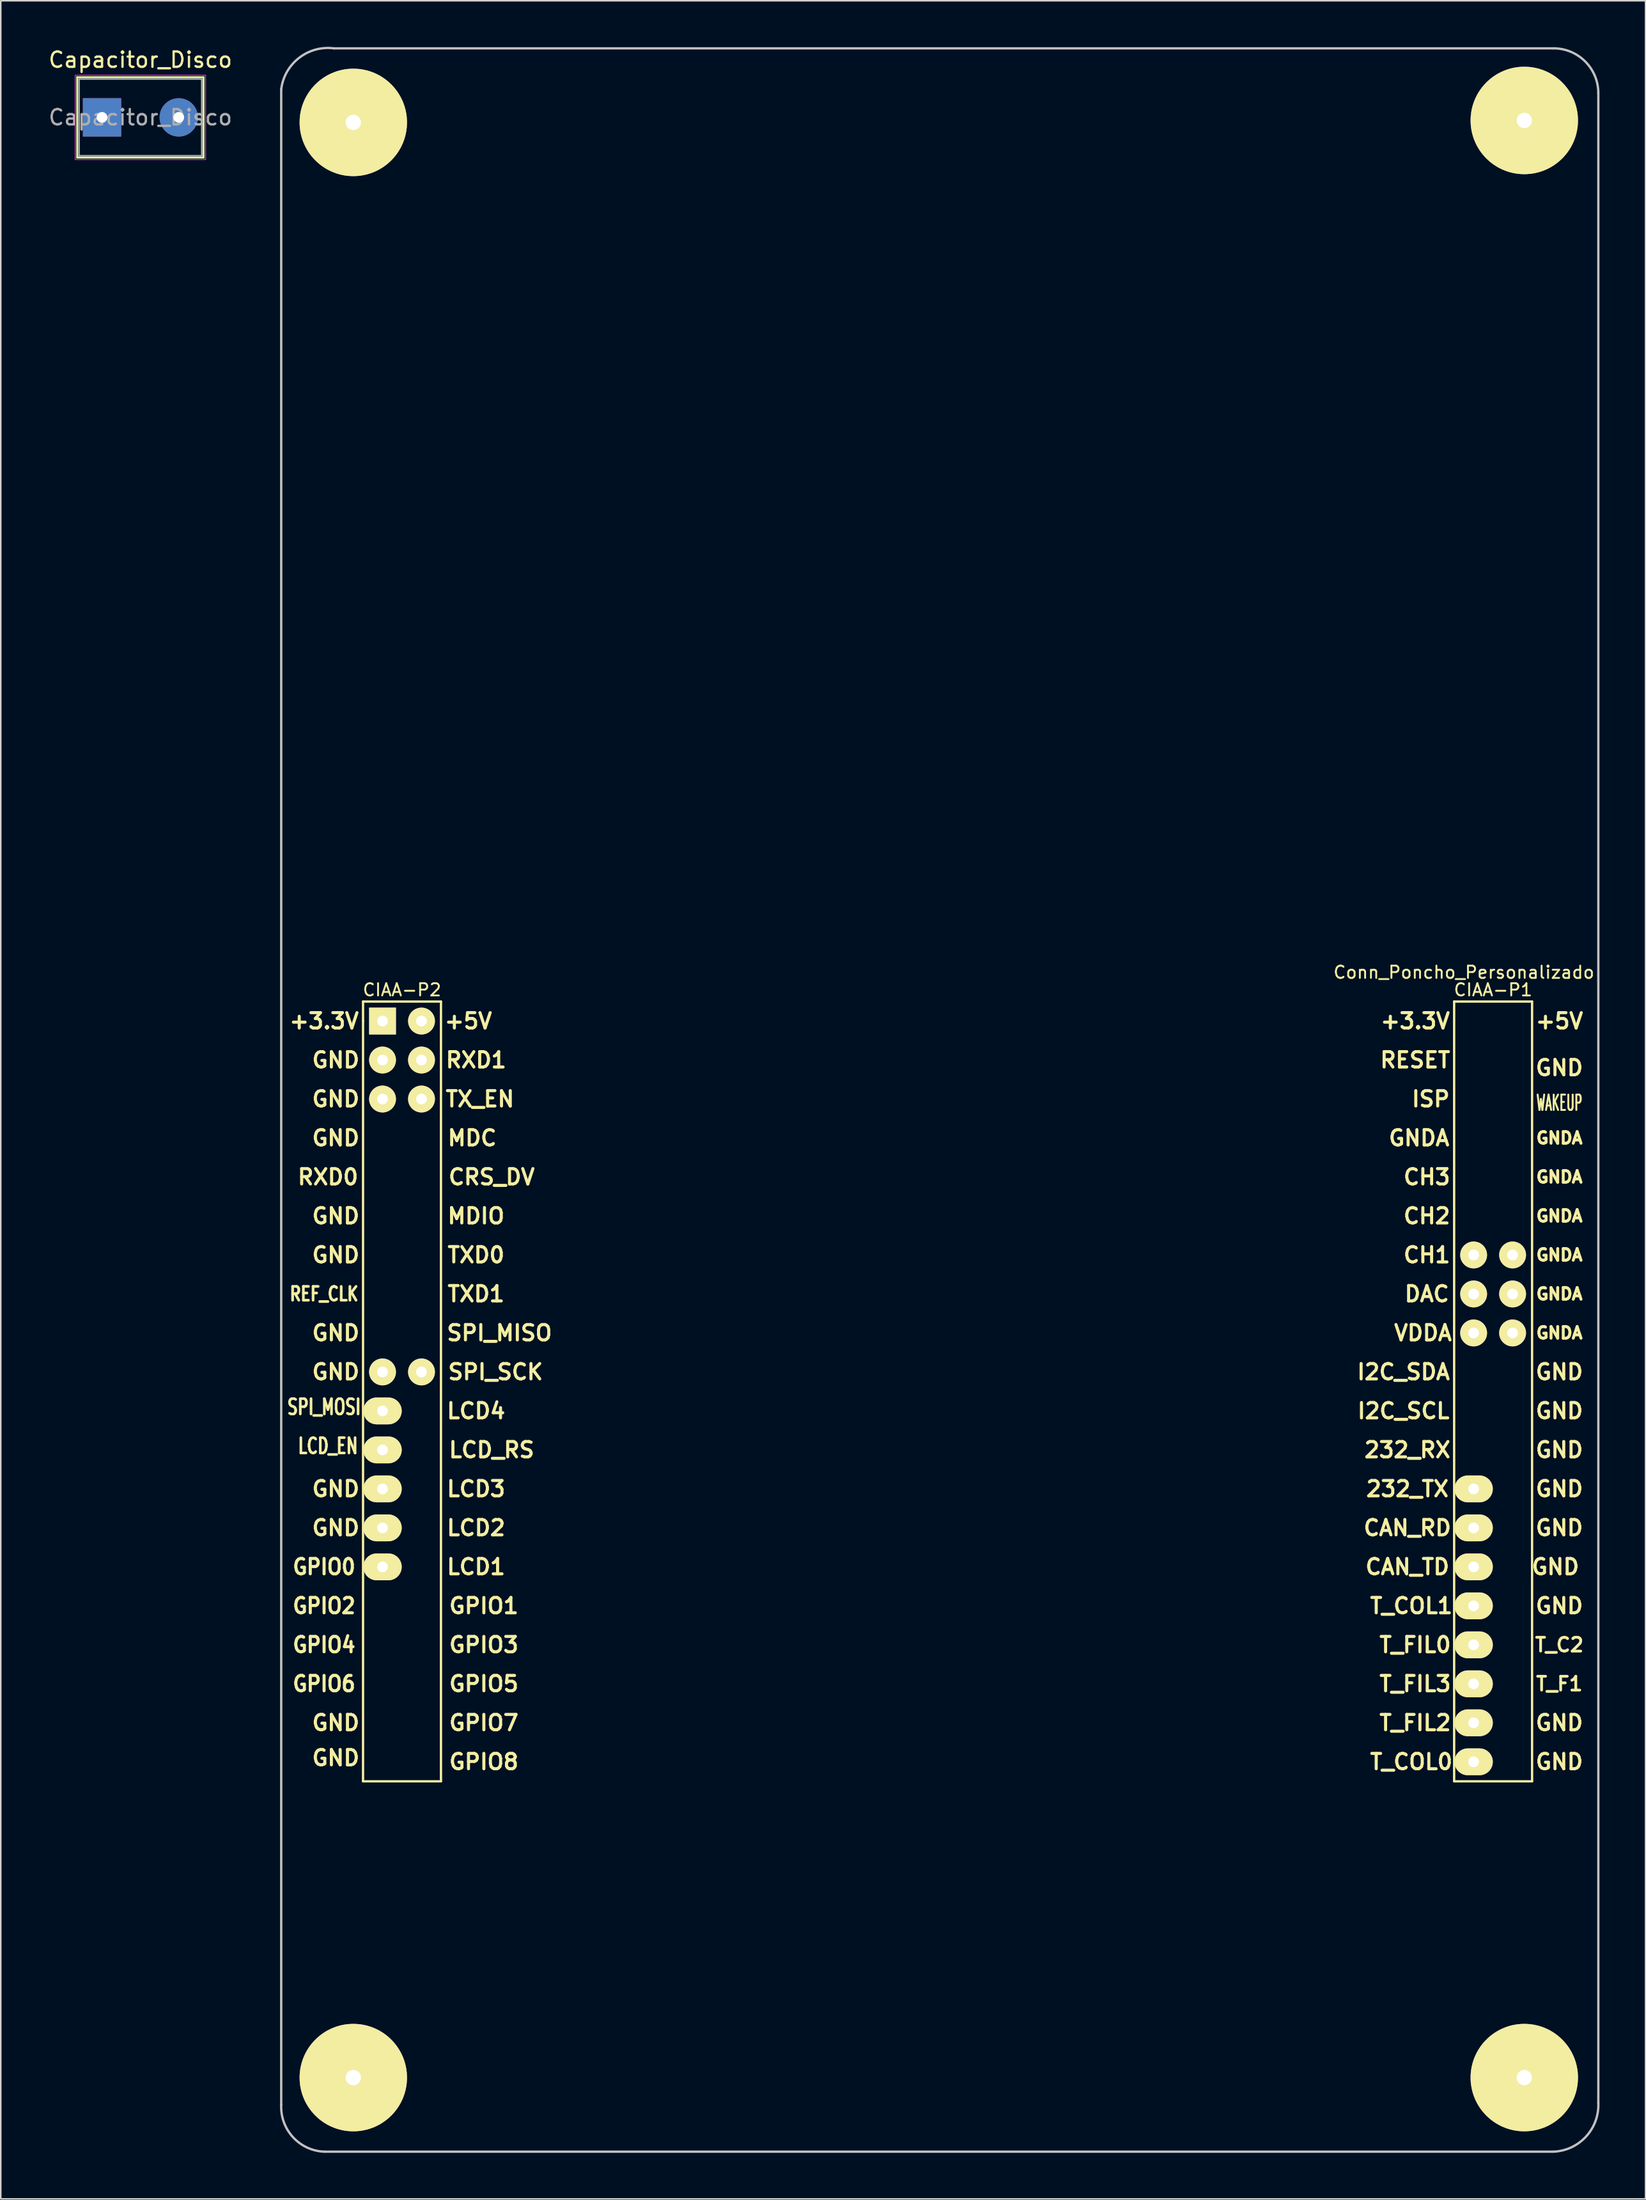
<source format=kicad_pcb>
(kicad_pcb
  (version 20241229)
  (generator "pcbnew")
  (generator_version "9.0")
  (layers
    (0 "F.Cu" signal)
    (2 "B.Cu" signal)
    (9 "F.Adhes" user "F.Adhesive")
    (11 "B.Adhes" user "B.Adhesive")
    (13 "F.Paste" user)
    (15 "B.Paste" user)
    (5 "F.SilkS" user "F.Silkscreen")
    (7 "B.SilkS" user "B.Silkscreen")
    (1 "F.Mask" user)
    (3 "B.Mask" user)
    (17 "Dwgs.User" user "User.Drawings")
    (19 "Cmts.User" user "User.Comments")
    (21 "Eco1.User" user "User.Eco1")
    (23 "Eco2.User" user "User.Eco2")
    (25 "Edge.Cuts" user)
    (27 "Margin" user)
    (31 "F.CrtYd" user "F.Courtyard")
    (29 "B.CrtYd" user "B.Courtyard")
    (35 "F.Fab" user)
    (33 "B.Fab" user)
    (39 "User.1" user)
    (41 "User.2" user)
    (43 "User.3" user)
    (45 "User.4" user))
  (footprint "Conn_Poncho_Personalizado"
    (layer "F.Cu")
    (at 93.004 63.472)
    (property "Reference" "Conn_Poncho_Personalizado" (at -0.635 -3.175 0) (layer "F.SilkS") (effects (font (size 0.8 0.8) (thickness 0.12))))
    (attr through_hole)
    (fp_line (start -72.39 -1.27) (end -67.31 -1.27) (stroke (width 0.15) (type solid)) (layer "F.SilkS"))
    (fp_line (start -72.39 0) (end -72.39 -1.27) (stroke (width 0.15) (type solid)) (layer "F.SilkS"))
    (fp_line (start -72.39 49.53) (end -72.39 0) (stroke (width 0.15) (type solid)) (layer "F.SilkS"))
    (fp_line (start -67.31 -1.27) (end -67.31 49.53) (stroke (width 0.15) (type solid)) (layer "F.SilkS"))
    (fp_line (start -67.31 49.53) (end -72.39 49.53) (stroke (width 0.15) (type solid)) (layer "F.SilkS"))
    (fp_line (start -1.27 49.53) (end -1.27 -1.27) (stroke (width 0.15) (type solid)) (layer "F.SilkS"))
    (fp_line (start 3.81 -1.27) (end -1.27 -1.27) (stroke (width 0.15) (type solid)) (layer "F.SilkS"))
    (fp_line (start 3.81 49.53) (end -1.27 49.53) (stroke (width 0.15) (type solid)) (layer "F.SilkS"))
    (fp_line (start 3.81 49.53) (end 3.81 -1.27) (stroke (width 0.15) (type solid)) (layer "F.SilkS"))
    (fp_line (start -77.724 70.612) (end -77.724 -60.706) (stroke (width 0.15) (type solid)) (layer "Dwgs.User"))
    (fp_line (start -74.295 -63.373) (end 5.207 -63.373) (stroke (width 0.15) (type solid)) (layer "Dwgs.User"))
    (fp_line (start 5.207 73.66) (end -74.93 73.66) (stroke (width 0.15) (type solid)) (layer "Dwgs.User"))
    (fp_line (start 8.128 -60.452) (end 8.128 70.485) (stroke (width 0.15) (type solid)) (layer "Dwgs.User"))
    (fp_arc (start -77.724 -60.706) (mid -76.561854 -62.749669) (end -74.295 -63.373) (stroke (width 0.15) (type solid)) (layer "Dwgs.User"))
    (fp_arc (start -74.93 73.66) (mid -76.958261 72.714656) (end -77.724 70.612) (stroke (width 0.15) (type solid)) (layer "Dwgs.User"))
    (fp_arc (start 5.207 -63.373) (mid 7.272459 -62.517459) (end 8.128 -60.452) (stroke (width 0.15) (type solid)) (layer "Dwgs.User"))
    (fp_arc (start 8.128 70.485) (mid 7.325064 72.677459) (end 5.207 73.66) (stroke (width 0.15) (type solid)) (layer "Dwgs.User"))
    (fp_text user "GND" (at -74.168 20.32 0) (layer "F.SilkS") (effects (font (size 1 1) (thickness 0.2))))
    (fp_text user "RXD1" (at -65.024 2.54 0) (layer "F.SilkS") (effects (font (size 1 1) (thickness 0.2))))
    (fp_text user "LCD_RS" (at -64.008 27.94 0) (layer "F.SilkS") (effects (font (size 1 1) (thickness 0.2))))
    (fp_text user "CIAA-P2" (at -69.85 -2.032 0) (layer "F.SilkS") (effects (font (size 0.8 0.8) (thickness 0.12))))
    (fp_text user "REF_CLK" (at -74.93 17.78 0) (layer "F.SilkS") (effects (font (size 0.9 0.7) (thickness 0.175))))
    (fp_text user "+3.3V" (at -74.93 0 0) (layer "F.SilkS") (effects (font (size 1 1) (thickness 0.2))))
    (fp_text user "GNDA" (at 5.588 20.32 0) (layer "F.SilkS") (effects (font (size 0.76 0.76) (thickness 0.19))))
    (fp_text user "232_TX" (at -4.318 30.48 0) (layer "F.SilkS") (effects (font (size 1 1) (thickness 0.2))))
    (fp_text user "VDDA" (at -3.302 20.32 0) (layer "F.SilkS") (effects (font (size 1 1) (thickness 0.2))))
    (fp_text user "MDIO" (at -65.024 12.7 0) (layer "F.SilkS") (effects (font (size 1 1) (thickness 0.2))))
    (fp_text user "GNDA" (at -3.556 7.62 0) (layer "F.SilkS") (effects (font (size 1 1) (thickness 0.2))))
    (fp_text user "GND" (at -74.168 12.7 0) (layer "F.SilkS") (effects (font (size 1 1) (thickness 0.2))))
    (fp_text user "DAC" (at -3.048 17.78 0) (layer "F.SilkS") (effects (font (size 1 1) (thickness 0.2))))
    (fp_text user "GNDA" (at 5.588 15.24 0) (layer "F.SilkS") (effects (font (size 0.76 0.76) (thickness 0.19))))
    (fp_text user "GND" (at 5.588 22.86 0) (layer "F.SilkS") (effects (font (size 1 1) (thickness 0.2))))
    (fp_text user "CH1" (at -3.048 15.24 0) (layer "F.SilkS") (effects (font (size 1 1) (thickness 0.2))))
    (fp_text user "+5V" (at 5.588 0 0) (layer "F.SilkS") (effects (font (size 1 1) (thickness 0.2))))
    (fp_text user "T_FIL0" (at -3.81 40.64 0) (layer "F.SilkS") (effects (font (size 1 1) (thickness 0.2))))
    (fp_text user "GND" (at -74.168 22.86 0) (layer "F.SilkS") (effects (font (size 1 1) (thickness 0.2))))
    (fp_text user "GPIO0" (at -74.93 35.56 0) (layer "F.SilkS") (effects (font (size 1 0.9) (thickness 0.2))))
    (fp_text user "GND" (at -74.168 48.006 0) (layer "F.SilkS") (effects (font (size 1 1) (thickness 0.2))))
    (fp_text user "GND" (at -74.168 7.62 0) (layer "F.SilkS") (effects (font (size 1 1) (thickness 0.2))))
    (fp_text user "GND" (at 5.588 30.48 0) (layer "F.SilkS") (effects (font (size 1 1) (thickness 0.2))))
    (fp_text user "T_F1" (at 5.588 43.18 0) (layer "F.SilkS") (effects (font (size 0.9 0.9) (thickness 0.18))))
    (fp_text user "GPIO7" (at -64.516 45.72 0) (layer "F.SilkS") (effects (font (size 1 1) (thickness 0.2))))
    (fp_text user "TX_EN" (at -64.77 5.08 0) (layer "F.SilkS") (effects (font (size 1 1) (thickness 0.2))))
    (fp_text user "GPIO2" (at -74.93 38.1 0) (layer "F.SilkS") (effects (font (size 1 0.9) (thickness 0.2))))
    (fp_text user "GND" (at -74.168 5.08 0) (layer "F.SilkS") (effects (font (size 1 1) (thickness 0.2))))
    (fp_text user "GND" (at -74.168 30.48 0) (layer "F.SilkS") (effects (font (size 1 1) (thickness 0.2))))
    (fp_text user "RXD0" (at -74.676 10.16 0) (layer "F.SilkS") (effects (font (size 1 1) (thickness 0.2))))
    (fp_text user "GND" (at 5.334 35.56 0) (layer "F.SilkS") (effects (font (size 1 1) (thickness 0.2))))
    (fp_text user "CAN_RD" (at -4.318 33.02 0) (layer "F.SilkS") (effects (font (size 1 1) (thickness 0.2))))
    (fp_text user "GND" (at 5.588 33.02 0) (layer "F.SilkS") (effects (font (size 1 1) (thickness 0.2))))
    (fp_text user "CRS_DV" (at -64.008 10.16 0) (layer "F.SilkS") (effects (font (size 1 1) (thickness 0.2))))
    (fp_text user "LCD2" (at -65.024 33.02 0) (layer "F.SilkS") (effects (font (size 1 1) (thickness 0.2))))
    (fp_text user "GND" (at 5.588 25.4 0) (layer "F.SilkS") (effects (font (size 1 1) (thickness 0.2))))
    (fp_text user "CAN_TD" (at -4.318 35.56 0) (layer "F.SilkS") (effects (font (size 1 1) (thickness 0.2))))
    (fp_text user "GND" (at 5.588 45.72 0) (layer "F.SilkS") (effects (font (size 1 1) (thickness 0.2))))
    (fp_text user "GNDA" (at 5.588 17.78 0) (layer "F.SilkS") (effects (font (size 0.76 0.76) (thickness 0.19))))
    (fp_text user "GPIO1" (at -64.516 38.1 0) (layer "F.SilkS") (effects (font (size 1 1) (thickness 0.2))))
    (fp_text user "WAKEUP" (at 5.588 5.334 0) (layer "F.SilkS") (effects (font (size 1 0.5) (thickness 0.125))))
    (fp_text user "ISP" (at -2.794 5.08 0) (layer "F.SilkS") (effects (font (size 1 1) (thickness 0.2))))
    (fp_text user "SPI_MOSI" (at -74.93 25.146 0) (layer "F.SilkS") (effects (font (size 1 0.7) (thickness 0.17))))
    (fp_text user "T_C2" (at 5.588 40.64 0) (layer "F.SilkS") (effects (font (size 0.9 0.9) (thickness 0.18))))
    (fp_text user "TXD1" (at -65.024 17.78 0) (layer "F.SilkS") (effects (font (size 1 1) (thickness 0.2))))
    (fp_text user "LCD1" (at -65.024 35.56 0) (layer "F.SilkS") (effects (font (size 1 1) (thickness 0.2))))
    (fp_text user "GND" (at -74.168 45.72 0) (layer "F.SilkS") (effects (font (size 1 1) (thickness 0.2))))
    (fp_text user "GND" (at 5.588 3.048 0) (layer "F.SilkS") (effects (font (size 1 1) (thickness 0.2))))
    (fp_text user "GNDA" (at 5.588 12.7 0) (layer "F.SilkS") (effects (font (size 0.76 0.76) (thickness 0.19))))
    (fp_text user "GPIO8" (at -64.516 48.26 0) (layer "F.SilkS") (effects (font (size 1 1) (thickness 0.2))))
    (fp_text user "+5V" (at -65.532 0 0) (layer "F.SilkS") (effects (font (size 1 1) (thickness 0.2))))
    (fp_text user "+3.3V" (at -3.81 0 0) (layer "F.SilkS") (effects (font (size 1 1) (thickness 0.2))))
    (fp_text user "RESET" (at -3.81 2.54 0) (layer "F.SilkS") (effects (font (size 1 1) (thickness 0.2))))
    (fp_text user "GPIO5" (at -64.516 43.18 0) (layer "F.SilkS") (effects (font (size 1 1) (thickness 0.2))))
    (fp_text user "LCD3" (at -65.024 30.48 0) (layer "F.SilkS") (effects (font (size 1 1) (thickness 0.2))))
    (fp_text user "GPIO6" (at -74.93 43.18 0) (layer "F.SilkS") (effects (font (size 1 0.9) (thickness 0.2))))
    (fp_text user "GND" (at 5.588 48.26 0) (layer "F.SilkS") (effects (font (size 1 1) (thickness 0.2))))
    (fp_text user "LCD4" (at -65.024 25.4 0) (layer "F.SilkS") (effects (font (size 1 1) (thickness 0.2))))
    (fp_text user "GNDA" (at 5.588 10.16 0) (layer "F.SilkS") (effects (font (size 0.76 0.76) (thickness 0.19))))
    (fp_text user "TXD0" (at -65.024 15.24 0) (layer "F.SilkS") (effects (font (size 1 1) (thickness 0.2))))
    (fp_text user "GND" (at 5.588 27.94 0) (layer "F.SilkS") (effects (font (size 1 1) (thickness 0.2))))
    (fp_text user "LCD_EN" (at -74.676 27.686 0) (layer "F.SilkS") (effects (font (size 1 0.7) (thickness 0.17))))
    (fp_text user "T_COL0" (at -4.064 48.26 0) (layer "F.SilkS") (effects (font (size 1 1) (thickness 0.2))))
    (fp_text user "CH2" (at -3.048 12.7 0) (layer "F.SilkS") (effects (font (size 1 1) (thickness 0.2))))
    (fp_text user "GPIO4" (at -74.93 40.64 0) (layer "F.SilkS") (effects (font (size 1 0.9) (thickness 0.2))))
    (fp_text user "GNDA" (at 5.588 7.62 0) (layer "F.SilkS") (effects (font (size 0.76 0.76) (thickness 0.19))))
    (fp_text user "SPI_SCK" (at -63.754 22.86 0) (layer "F.SilkS") (effects (font (size 1 1) (thickness 0.2))))
    (fp_text user "GND" (at 5.588 38.1 0) (layer "F.SilkS") (effects (font (size 1 1) (thickness 0.2))))
    (fp_text user "232_RX" (at -4.318 27.94 0) (layer "F.SilkS") (effects (font (size 1 1) (thickness 0.2))))
    (fp_text user "GND" (at -74.168 15.24 0) (layer "F.SilkS") (effects (font (size 1 1) (thickness 0.2))))
    (fp_text user "CIAA-P1" (at 1.27 -2.032 0) (layer "F.SilkS") (effects (font (size 0.8 0.8) (thickness 0.12))))
    (fp_text user "GND" (at -74.168 2.54 0) (layer "F.SilkS") (effects (font (size 1 1) (thickness 0.2))))
    (fp_text user "I2C_SDA" (at -4.572 22.86 0) (layer "F.SilkS") (effects (font (size 1 1) (thickness 0.2))))
    (fp_text user "I2C_SCL" (at -4.572 25.4 0) (layer "F.SilkS") (effects (font (size 1 1) (thickness 0.2))))
    (fp_text user "CH3" (at -3.048 10.16 0) (layer "F.SilkS") (effects (font (size 1 1) (thickness 0.2))))
    (fp_text user "GND" (at -74.168 33.02 0) (layer "F.SilkS") (effects (font (size 1 1) (thickness 0.2))))
    (fp_text user "MDC" (at -65.278 7.62 0) (layer "F.SilkS") (effects (font (size 1 1) (thickness 0.2))))
    (fp_text user "T_COL1" (at -4.064 38.1 0) (layer "F.SilkS") (effects (font (size 1 1) (thickness 0.2))))
    (fp_text user "SPI_MISO" (at -63.5 20.32 0) (layer "F.SilkS") (effects (font (size 1 1) (thickness 0.2))))
    (fp_text user "T_FIL3" (at -3.81 43.18 0) (layer "F.SilkS") (effects (font (size 1 1) (thickness 0.2))))
    (fp_text user "GPIO3" (at -64.516 40.64 0) (layer "F.SilkS") (effects (font (size 1 1) (thickness 0.2))))
    (fp_text user "T_FIL2" (at -3.81 45.72 0) (layer "F.SilkS") (effects (font (size 1 1) (thickness 0.2))))
    (pad "13" thru_hole circle (at 0 15.24 270) (size 1.75 1.75) (drill 0.7) (layers "*.Cu" "*.Mask" "F.SilkS"))
    (pad "14" thru_hole circle (at 2.54 15.24 270) (size 1.75 1.75) (drill 0.7) (layers "*.Cu" "*.Mask" "F.SilkS"))
    (pad "15" thru_hole circle (at 0 17.78 270) (size 1.75 1.75) (drill 0.7) (layers "*.Cu" "*.Mask" "F.SilkS"))
    (pad "16" thru_hole circle (at 2.54 17.78 270) (size 1.75 1.75) (drill 0.7) (layers "*.Cu" "*.Mask" "F.SilkS"))
    (pad "17" thru_hole circle (at 0 20.32 270) (size 1.75 1.75) (drill 0.7) (layers "*.Cu" "*.Mask" "F.SilkS"))
    (pad "18" thru_hole circle (at 2.54 20.32 270) (size 1.75 1.75) (drill 0.7) (layers "*.Cu" "*.Mask" "F.SilkS"))
    (pad "25" thru_hole oval (at 0 30.48 270) (size 1.75 2.5) (drill 0.7) (layers "*.Cu" "*.Mask" "F.SilkS"))
    (pad "27" thru_hole oval (at 0 33.02 270) (size 1.75 2.5) (drill 0.7) (layers "*.Cu" "*.Mask" "F.SilkS"))
    (pad "29" thru_hole oval (at 0 35.56 270) (size 1.75 2.5) (drill 0.7) (layers "*.Cu" "*.Mask" "F.SilkS"))
    (pad "31" thru_hole oval (at 0 38.1 270) (size 1.75 2.5) (drill 0.7) (layers "*.Cu" "*.Mask" "F.SilkS"))
    (pad "33" thru_hole oval (at 0 40.64 270) (size 1.75 2.5) (drill 0.7) (layers "*.Cu" "*.Mask" "F.SilkS"))
    (pad "35" thru_hole oval (at 0 43.18 270) (size 1.75 2.5) (drill 0.7) (layers "*.Cu" "*.Mask" "F.SilkS"))
    (pad "37" thru_hole oval (at 0 45.72 270) (size 1.75 2.5) (drill 0.7) (layers "*.Cu" "*.Mask" "F.SilkS"))
    (pad "39" thru_hole oval (at 0 48.26 270) (size 1.75 2.5) (drill 0.7) (layers "*.Cu" "*.Mask" "F.SilkS"))
    (pad "41" thru_hole rect (at -71.12 0 270) (size 1.75 1.75) (drill 0.7) (layers "*.Cu" "*.Mask" "F.SilkS"))
    (pad "42" thru_hole circle (at -68.58 0 270) (size 1.75 1.75) (drill 0.7) (layers "*.Cu" "*.Mask" "F.SilkS"))
    (pad "43" thru_hole circle (at -71.12 2.54 270) (size 1.75 1.75) (drill 0.7) (layers "*.Cu" "*.Mask" "F.SilkS"))
    (pad "44" thru_hole circle (at -68.58 2.54 270) (size 1.75 1.75) (drill 0.7) (layers "*.Cu" "*.Mask" "F.SilkS"))
    (pad "45" thru_hole circle (at -71.12 5.08 270) (size 1.75 1.75) (drill 0.7) (layers "*.Cu" "*.Mask" "F.SilkS"))
    (pad "46" thru_hole circle (at -68.58 5.08 270) (size 1.75 1.75) (drill 0.7) (layers "*.Cu" "*.Mask" "F.SilkS"))
    (pad "59" thru_hole circle (at -71.12 22.86 270) (size 1.75 1.75) (drill 0.7) (layers "*.Cu" "*.Mask" "F.SilkS"))
    (pad "60" thru_hole circle (at -68.58 22.86 270) (size 1.75 1.75) (drill 0.7) (layers "*.Cu" "*.Mask" "F.SilkS"))
    (pad "61" thru_hole oval (at -71.12 25.4 270) (size 1.75 2.5) (drill 0.7) (layers "*.Cu" "*.Mask" "F.SilkS"))
    (pad "63" thru_hole oval (at -71.12 27.94 270) (size 1.75 2.5) (drill 0.7) (layers "*.Cu" "*.Mask" "F.SilkS"))
    (pad "65" thru_hole oval (at -71.12 30.48 270) (size 1.75 2.5) (drill 0.7) (layers "*.Cu" "*.Mask" "F.SilkS"))
    (pad "67" thru_hole oval (at -71.12 33.02 270) (size 1.75 2.5) (drill 0.7) (layers "*.Cu" "*.Mask" "F.SilkS"))
    (pad "69" thru_hole oval (at -71.12 35.56 270) (size 1.75 2.5) (drill 0.7) (layers "*.Cu" "*.Mask" "F.SilkS"))
    (pad "~" thru_hole circle (at -73.025 -58.547) (size 7 7) (drill 1) (layers "*.Cu" "*.Mask" "F.SilkS"))
    (pad "~" thru_hole circle (at -73.025 68.834) (size 7 7) (drill 1) (layers "*.Cu" "*.Mask" "F.SilkS"))
    (pad "~" thru_hole circle (at 3.302 -58.674) (size 7 7) (drill 1) (layers "*.Cu" "*.Mask" "F.SilkS"))
    (pad "~" thru_hole circle (at 3.302 68.834) (size 7 7) (drill 1) (layers "*.Cu" "*.Mask" "F.SilkS")))
  (footprint "Capacitor_Disco"
    (layer "F.Cu")
    (at 3.601 4.598)
    (property "Reference" "Capacitor_Disco" (at 2.5 -3.75 0) (layer "F.SilkS") (effects (font (size 1 1) (thickness 0.15))))
    (attr through_hole)
    (fp_line (start -1.62 -2.62) (end -1.62 2.62) (stroke (width 0.12) (type solid)) (layer "F.SilkS"))
    (fp_line (start -1.62 -2.62) (end 6.62 -2.62) (stroke (width 0.12) (type solid)) (layer "F.SilkS"))
    (fp_line (start -1.62 2.62) (end 6.62 2.62) (stroke (width 0.12) (type solid)) (layer "F.SilkS"))
    (fp_line (start 6.62 -2.62) (end 6.62 2.62) (stroke (width 0.12) (type solid)) (layer "F.SilkS"))
    (fp_line (start -1.75 -2.75) (end -1.75 2.75) (stroke (width 0.05) (type solid)) (layer "F.CrtYd"))
    (fp_line (start -1.75 2.75) (end 6.75 2.75) (stroke (width 0.05) (type solid)) (layer "F.CrtYd"))
    (fp_line (start 6.75 -2.75) (end -1.75 -2.75) (stroke (width 0.05) (type solid)) (layer "F.CrtYd"))
    (fp_line (start 6.75 2.75) (end 6.75 -2.75) (stroke (width 0.05) (type solid)) (layer "F.CrtYd"))
    (fp_line (start -1.5 -2.5) (end -1.5 2.5) (stroke (width 0.1) (type solid)) (layer "F.Fab"))
    (fp_line (start -1.5 2.5) (end 6.5 2.5) (stroke (width 0.1) (type solid)) (layer "F.Fab"))
    (fp_line (start 6.5 -2.5) (end -1.5 -2.5) (stroke (width 0.1) (type solid)) (layer "F.Fab"))
    (fp_line (start 6.5 2.5) (end 6.5 -2.5) (stroke (width 0.1) (type solid)) (layer "F.Fab"))
    (fp_text user "${REFERENCE}" (at 2.5 0 0) (layer "F.Fab") (effects (font (size 1 1) (thickness 0.15))))
    (pad "1" thru_hole rect (at 0 0) (size 2.5 2.5) (drill 0.7) (layers "*.Cu" "*.Mask"))
    (pad "2" thru_hole circle (at 5 0) (size 2.5 2.5) (drill 0.7) (layers "*.Cu" "*.Mask")))
  (gr_rect
    (start -3 -3)
    (end 104.21 140.207)
    (stroke (width 0.1) (type default))
    (fill no)
    (layer "Edge.Cuts")))
</source>
